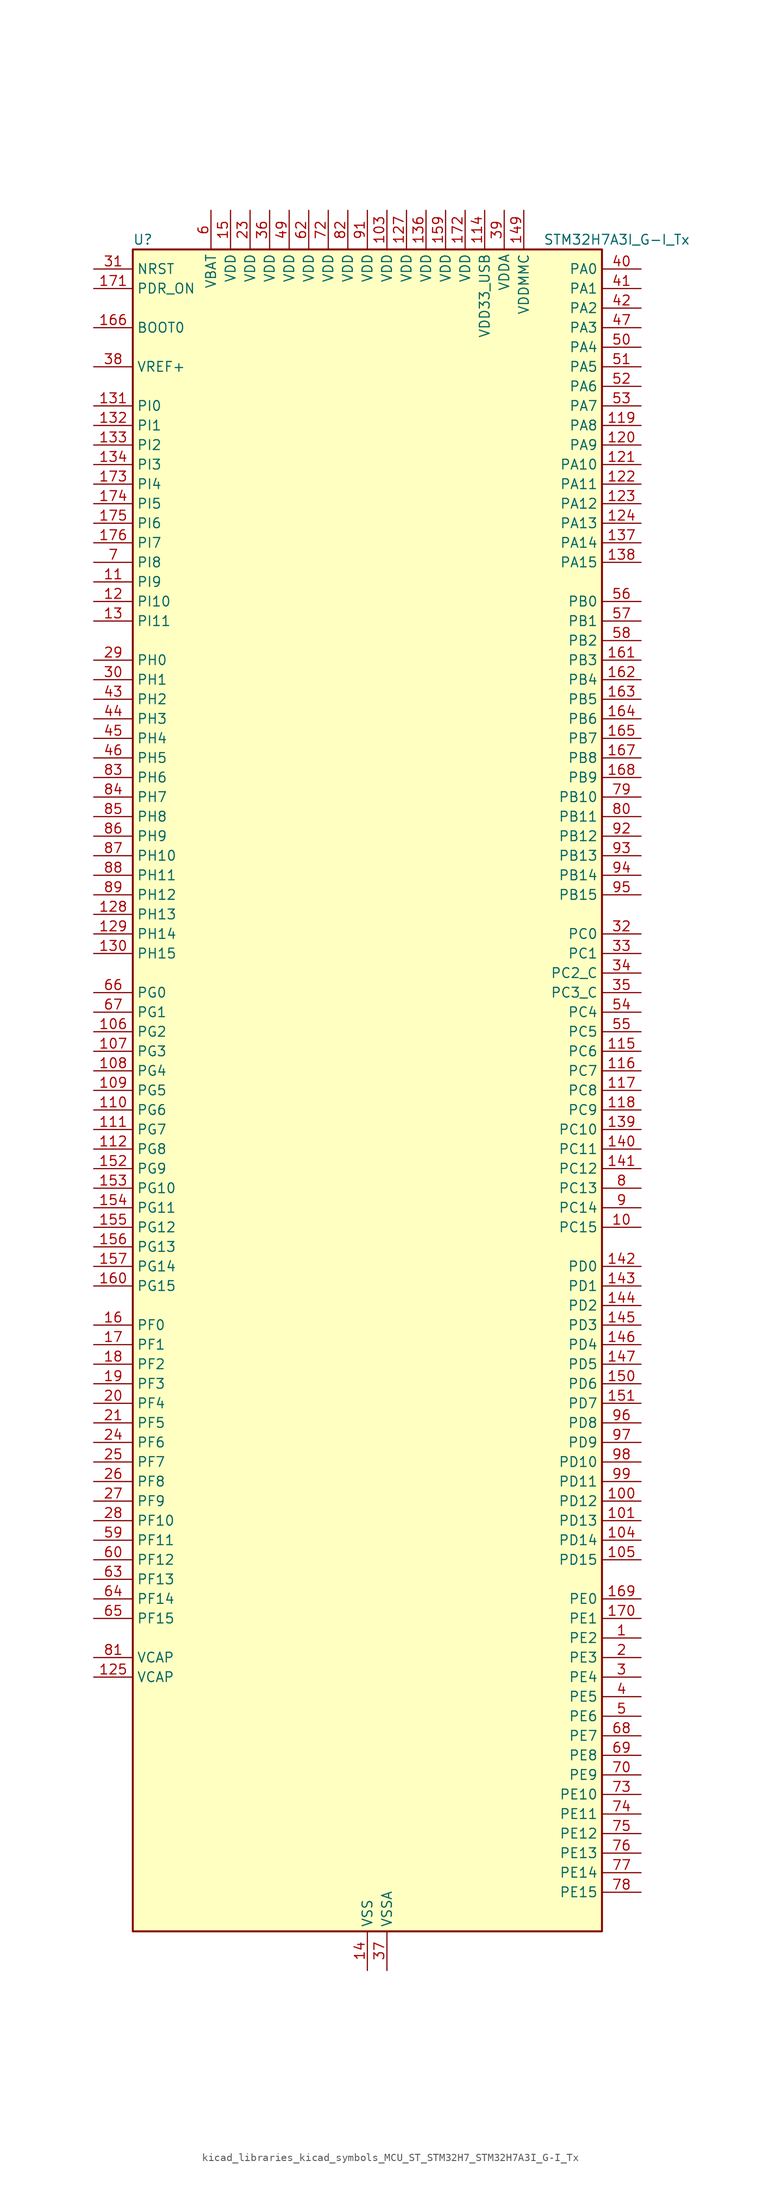
<source format=kicad_sym>
(kicad_symbol_lib
  (version 20220914)
  (generator kicad_symbol_editor)
  (symbol "kicad_libraries_kicad_symbols_MCU_ST_STM32H7_STM32H7A3I_G-I_Tx"
    (property "Reference" "U"
      (at -30.48 110.49 0)
      (effects (font (size 1.27 1.27)) (justify left)))
    (property "Value" "STM32H7A3I_G-I_Tx"
      (at 22.86 110.49 0)
      (effects (font (size 1.27 1.27)) (justify left)))
    (property "ki_locked" ""
      (at 0 0 0)
      (effects (font (size 1.27 1.27))))
    (symbol "kicad_libraries_kicad_symbols_MCU_ST_STM32H7_STM32H7A3I_G-I_Tx_0_1"
      (rectangle (start -30.48 -109.22) (end 30.48 109.22) (stroke (width 0.254) (type default)) (fill (type background))))
    (symbol "kicad_libraries_kicad_symbols_MCU_ST_STM32H7_STM32H7A3I_G-I_Tx_1_1"
      (pin bidirectional line (at 35.56 -71.12 180) (length 5.08) (name "PE2" (effects (font (size 1.27 1.27)))) (number "1" (effects (font (size 1.27 1.27)))) (alternate "DEBUG_TRACECLK" bidirectional line) (alternate "FMC_A23" bidirectional line) (alternate "OCTOSPIM_P1_IO2" bidirectional line) (alternate "SAI1_CK1" bidirectional line) (alternate "SAI1_MCLK_A" bidirectional line) (alternate "SPI4_SCK" bidirectional line) (alternate "USART10_RX" bidirectional line))
      (pin bidirectional line (at 35.56 -17.78 180) (length 5.08) (name "PC15" (effects (font (size 1.27 1.27)))) (number "10" (effects (font (size 1.27 1.27)))) (alternate "ADC1_EXTI15" bidirectional line) (alternate "ADC2_EXTI15" bidirectional line) (alternate "RCC_OSC32_OUT" bidirectional line))
      (pin bidirectional line (at 35.56 -53.34 180) (length 5.08) (name "PD12" (effects (font (size 1.27 1.27)))) (number "100" (effects (font (size 1.27 1.27)))) (alternate "DCMI_D12" bidirectional line) (alternate "FMC_A17" bidirectional line) (alternate "FMC_ALE" bidirectional line) (alternate "I2C4_SCL" bidirectional line) (alternate "LPTIM1_IN1" bidirectional line) (alternate "LPTIM2_IN1" bidirectional line) (alternate "OCTOSPIM_P1_IO1" bidirectional line) (alternate "PSSI_D12" bidirectional line) (alternate "SAI2_FS_A" bidirectional line) (alternate "TIM4_CH1" bidirectional line) (alternate "USART3_DE" bidirectional line) (alternate "USART3_RTS" bidirectional line))
      (pin bidirectional line (at 35.56 -55.88 180) (length 5.08) (name "PD13" (effects (font (size 1.27 1.27)))) (number "101" (effects (font (size 1.27 1.27)))) (alternate "DCMI_D13" bidirectional line) (alternate "FMC_A18" bidirectional line) (alternate "I2C4_SDA" bidirectional line) (alternate "LPTIM1_OUT" bidirectional line) (alternate "OCTOSPIM_P1_IO3" bidirectional line) (alternate "PSSI_D13" bidirectional line) (alternate "SAI2_SCK_A" bidirectional line) (alternate "TIM4_CH2" bidirectional line) (alternate "UART9_DE" bidirectional line) (alternate "UART9_RTS" bidirectional line))
      (pin passive line (at 0 -114.3 90) (length 5.08) hide (name "VSS" (effects (font (size 1.27 1.27)))) (number "102" (effects (font (size 1.27 1.27)))))
      (pin power_in line (at 2.54 114.3 270) (length 5.08) (name "VDD" (effects (font (size 1.27 1.27)))) (number "103" (effects (font (size 1.27 1.27)))))
      (pin bidirectional line (at 35.56 -58.42 180) (length 5.08) (name "PD14" (effects (font (size 1.27 1.27)))) (number "104" (effects (font (size 1.27 1.27)))) (alternate "FMC_D0" bidirectional line) (alternate "FMC_DA0" bidirectional line) (alternate "TIM4_CH3" bidirectional line) (alternate "UART8_CTS" bidirectional line) (alternate "UART9_RX" bidirectional line))
      (pin bidirectional line (at 35.56 -60.96 180) (length 5.08) (name "PD15" (effects (font (size 1.27 1.27)))) (number "105" (effects (font (size 1.27 1.27)))) (alternate "ADC1_EXTI15" bidirectional line) (alternate "ADC2_EXTI15" bidirectional line) (alternate "FMC_D1" bidirectional line) (alternate "FMC_DA1" bidirectional line) (alternate "TIM4_CH4" bidirectional line) (alternate "UART8_DE" bidirectional line) (alternate "UART8_RTS" bidirectional line) (alternate "UART9_TX" bidirectional line))
      (pin bidirectional line (at -35.56 7.62 0) (length 5.08) (name "PG2" (effects (font (size 1.27 1.27)))) (number "106" (effects (font (size 1.27 1.27)))) (alternate "FMC_A12" bidirectional line) (alternate "TIM8_BKIN" bidirectional line) (alternate "TIM8_BKIN_COMP1" bidirectional line) (alternate "TIM8_BKIN_COMP2" bidirectional line))
      (pin bidirectional line (at -35.56 5.08 0) (length 5.08) (name "PG3" (effects (font (size 1.27 1.27)))) (number "107" (effects (font (size 1.27 1.27)))) (alternate "FMC_A13" bidirectional line) (alternate "TIM8_BKIN2" bidirectional line) (alternate "TIM8_BKIN2_COMP1" bidirectional line) (alternate "TIM8_BKIN2_COMP2" bidirectional line))
      (pin bidirectional line (at -35.56 2.54 0) (length 5.08) (name "PG4" (effects (font (size 1.27 1.27)))) (number "108" (effects (font (size 1.27 1.27)))) (alternate "FMC_A14" bidirectional line) (alternate "FMC_BA0" bidirectional line) (alternate "TIM1_BKIN2" bidirectional line) (alternate "TIM1_BKIN2_COMP1" bidirectional line) (alternate "TIM1_BKIN2_COMP2" bidirectional line))
      (pin bidirectional line (at -35.56 0 0) (length 5.08) (name "PG5" (effects (font (size 1.27 1.27)))) (number "109" (effects (font (size 1.27 1.27)))) (alternate "FMC_A15" bidirectional line) (alternate "FMC_BA1" bidirectional line) (alternate "TIM1_ETR" bidirectional line))
      (pin bidirectional line (at -35.56 66.04 0) (length 5.08) (name "PI9" (effects (font (size 1.27 1.27)))) (number "11" (effects (font (size 1.27 1.27)))) (alternate "DAC1_EXTI9" bidirectional line) (alternate "FDCAN1_RX" bidirectional line) (alternate "FMC_D30" bidirectional line) (alternate "LTDC_VSYNC" bidirectional line) (alternate "OCTOSPIM_P2_IO0" bidirectional line) (alternate "UART4_RX" bidirectional line))
      (pin bidirectional line (at -35.56 -2.54 0) (length 5.08) (name "PG6" (effects (font (size 1.27 1.27)))) (number "110" (effects (font (size 1.27 1.27)))) (alternate "DCMI_D12" bidirectional line) (alternate "FMC_NE3" bidirectional line) (alternate "LTDC_R7" bidirectional line) (alternate "OCTOSPIM_P1_NCS" bidirectional line) (alternate "PSSI_D12" bidirectional line) (alternate "TIM17_BKIN" bidirectional line))
      (pin bidirectional line (at -35.56 -5.08 0) (length 5.08) (name "PG7" (effects (font (size 1.27 1.27)))) (number "111" (effects (font (size 1.27 1.27)))) (alternate "DCMI_D13" bidirectional line) (alternate "FMC_INT" bidirectional line) (alternate "LTDC_CLK" bidirectional line) (alternate "OCTOSPIM_P2_DQS" bidirectional line) (alternate "PSSI_D13" bidirectional line) (alternate "SAI1_MCLK_A" bidirectional line) (alternate "USART6_CK" bidirectional line))
      (pin bidirectional line (at -35.56 -7.62 0) (length 5.08) (name "PG8" (effects (font (size 1.27 1.27)))) (number "112" (effects (font (size 1.27 1.27)))) (alternate "FMC_SDCLK" bidirectional line) (alternate "I2S6_WS" bidirectional line) (alternate "LTDC_G7" bidirectional line) (alternate "SPDIFRX_IN2" bidirectional line) (alternate "SPI6_NSS" bidirectional line) (alternate "TIM8_ETR" bidirectional line) (alternate "USART6_DE" bidirectional line) (alternate "USART6_RTS" bidirectional line))
      (pin passive line (at 0 -114.3 90) (length 5.08) hide (name "VSS" (effects (font (size 1.27 1.27)))) (number "113" (effects (font (size 1.27 1.27)))))
      (pin power_in line (at 15.24 114.3 270) (length 5.08) (name "VDD33_USB" (effects (font (size 1.27 1.27)))) (number "114" (effects (font (size 1.27 1.27)))))
      (pin bidirectional line (at 35.56 5.08 180) (length 5.08) (name "PC6" (effects (font (size 1.27 1.27)))) (number "115" (effects (font (size 1.27 1.27)))) (alternate "DCMI_D0" bidirectional line) (alternate "DFSDM1_CKIN3" bidirectional line) (alternate "FMC_NWAIT" bidirectional line) (alternate "I2S2_MCK" bidirectional line) (alternate "LTDC_HSYNC" bidirectional line) (alternate "PSSI_D0" bidirectional line) (alternate "SDMMC1_D0DIR" bidirectional line) (alternate "SDMMC1_D6" bidirectional line) (alternate "SDMMC2_D6" bidirectional line) (alternate "SWPMI1_IO" bidirectional line) (alternate "TIM3_CH1" bidirectional line) (alternate "TIM8_CH1" bidirectional line) (alternate "USART6_TX" bidirectional line))
      (pin bidirectional line (at 35.56 2.54 180) (length 5.08) (name "PC7" (effects (font (size 1.27 1.27)))) (number "116" (effects (font (size 1.27 1.27)))) (alternate "DCMI_D1" bidirectional line) (alternate "DEBUG_TRGIO" bidirectional line) (alternate "DFSDM1_DATIN3" bidirectional line) (alternate "FMC_NE1" bidirectional line) (alternate "I2S3_MCK" bidirectional line) (alternate "LTDC_G6" bidirectional line) (alternate "PSSI_D1" bidirectional line) (alternate "SDMMC1_D123DIR" bidirectional line) (alternate "SDMMC1_D7" bidirectional line) (alternate "SDMMC2_D7" bidirectional line) (alternate "SWPMI1_TX" bidirectional line) (alternate "TIM3_CH2" bidirectional line) (alternate "TIM8_CH2" bidirectional line) (alternate "USART6_RX" bidirectional line))
      (pin bidirectional line (at 35.56 0 180) (length 5.08) (name "PC8" (effects (font (size 1.27 1.27)))) (number "117" (effects (font (size 1.27 1.27)))) (alternate "DCMI_D2" bidirectional line) (alternate "DEBUG_TRACED1" bidirectional line) (alternate "FMC_INT" bidirectional line) (alternate "FMC_NCE" bidirectional line) (alternate "FMC_NE2" bidirectional line) (alternate "PSSI_D2" bidirectional line) (alternate "SDMMC1_D0" bidirectional line) (alternate "SWPMI1_RX" bidirectional line) (alternate "TIM3_CH3" bidirectional line) (alternate "TIM8_CH3" bidirectional line) (alternate "UART5_DE" bidirectional line) (alternate "UART5_RTS" bidirectional line) (alternate "USART6_CK" bidirectional line))
      (pin bidirectional line (at 35.56 -2.54 180) (length 5.08) (name "PC9" (effects (font (size 1.27 1.27)))) (number "118" (effects (font (size 1.27 1.27)))) (alternate "DAC1_EXTI9" bidirectional line) (alternate "DCMI_D3" bidirectional line) (alternate "I2C3_SDA" bidirectional line) (alternate "I2S_CKIN" bidirectional line) (alternate "LTDC_B2" bidirectional line) (alternate "LTDC_G3" bidirectional line) (alternate "OCTOSPIM_P1_IO0" bidirectional line) (alternate "PSSI_D3" bidirectional line) (alternate "RCC_MCO_2" bidirectional line) (alternate "SDMMC1_D1" bidirectional line) (alternate "SWPMI1_SUSPEND" bidirectional line) (alternate "TIM3_CH4" bidirectional line) (alternate "TIM8_CH4" bidirectional line) (alternate "UART5_CTS" bidirectional line))
      (pin bidirectional line (at 35.56 86.36 180) (length 5.08) (name "PA8" (effects (font (size 1.27 1.27)))) (number "119" (effects (font (size 1.27 1.27)))) (alternate "I2C3_SCL" bidirectional line) (alternate "LTDC_B3" bidirectional line) (alternate "LTDC_R6" bidirectional line) (alternate "RCC_MCO_1" bidirectional line) (alternate "TIM1_CH1" bidirectional line) (alternate "TIM8_BKIN2" bidirectional line) (alternate "TIM8_BKIN2_COMP1" bidirectional line) (alternate "TIM8_BKIN2_COMP2" bidirectional line) (alternate "UART7_RX" bidirectional line) (alternate "USART1_CK" bidirectional line) (alternate "USB_OTG_HS_SOF" bidirectional line))
      (pin bidirectional line (at -35.56 63.5 0) (length 5.08) (name "PI10" (effects (font (size 1.27 1.27)))) (number "12" (effects (font (size 1.27 1.27)))) (alternate "FMC_D31" bidirectional line) (alternate "LTDC_HSYNC" bidirectional line) (alternate "OCTOSPIM_P2_IO1" bidirectional line) (alternate "PSSI_D14" bidirectional line))
      (pin bidirectional line (at 35.56 83.82 180) (length 5.08) (name "PA9" (effects (font (size 1.27 1.27)))) (number "120" (effects (font (size 1.27 1.27)))) (alternate "DAC1_EXTI9" bidirectional line) (alternate "DCMI_D0" bidirectional line) (alternate "I2C3_SMBA" bidirectional line) (alternate "I2S2_CK" bidirectional line) (alternate "LPUART1_TX" bidirectional line) (alternate "LTDC_R5" bidirectional line) (alternate "PSSI_D0" bidirectional line) (alternate "SPI2_SCK" bidirectional line) (alternate "TIM1_CH2" bidirectional line) (alternate "USART1_TX" bidirectional line) (alternate "USB_OTG_HS_VBUS" bidirectional line))
      (pin bidirectional line (at 35.56 81.28 180) (length 5.08) (name "PA10" (effects (font (size 1.27 1.27)))) (number "121" (effects (font (size 1.27 1.27)))) (alternate "DCMI_D1" bidirectional line) (alternate "LPUART1_RX" bidirectional line) (alternate "LTDC_B1" bidirectional line) (alternate "LTDC_B4" bidirectional line) (alternate "MDIOS_MDIO" bidirectional line) (alternate "PSSI_D1" bidirectional line) (alternate "TIM1_CH3" bidirectional line) (alternate "USART1_RX" bidirectional line) (alternate "USB_OTG_HS_ID" bidirectional line))
      (pin bidirectional line (at 35.56 78.74 180) (length 5.08) (name "PA11" (effects (font (size 1.27 1.27)))) (number "122" (effects (font (size 1.27 1.27)))) (alternate "ADC1_EXTI11" bidirectional line) (alternate "ADC2_EXTI11" bidirectional line) (alternate "FDCAN1_RX" bidirectional line) (alternate "I2S2_WS" bidirectional line) (alternate "LPUART1_CTS" bidirectional line) (alternate "LTDC_R4" bidirectional line) (alternate "SPI2_NSS" bidirectional line) (alternate "TIM1_CH4" bidirectional line) (alternate "UART4_RX" bidirectional line) (alternate "USART1_CTS" bidirectional line) (alternate "USART1_NSS" bidirectional line) (alternate "USB_OTG_HS_DM" bidirectional line))
      (pin bidirectional line (at 35.56 76.2 180) (length 5.08) (name "PA12" (effects (font (size 1.27 1.27)))) (number "123" (effects (font (size 1.27 1.27)))) (alternate "FDCAN1_TX" bidirectional line) (alternate "I2S2_CK" bidirectional line) (alternate "LPUART1_DE" bidirectional line) (alternate "LPUART1_RTS" bidirectional line) (alternate "LTDC_R5" bidirectional line) (alternate "SAI2_FS_B" bidirectional line) (alternate "SPI2_SCK" bidirectional line) (alternate "TIM1_ETR" bidirectional line) (alternate "UART4_TX" bidirectional line) (alternate "USART1_DE" bidirectional line) (alternate "USART1_RTS" bidirectional line) (alternate "USB_OTG_HS_DP" bidirectional line))
      (pin bidirectional line (at 35.56 73.66 180) (length 5.08) (name "PA13" (effects (font (size 1.27 1.27)))) (number "124" (effects (font (size 1.27 1.27)))) (alternate "DEBUG_JTMS-SWDIO" bidirectional line))
      (pin power_out line (at -35.56 -76.2 0) (length 5.08) (name "VCAP" (effects (font (size 1.27 1.27)))) (number "125" (effects (font (size 1.27 1.27)))))
      (pin passive line (at 0 -114.3 90) (length 5.08) hide (name "VSS" (effects (font (size 1.27 1.27)))) (number "126" (effects (font (size 1.27 1.27)))))
      (pin power_in line (at 5.08 114.3 270) (length 5.08) (name "VDD" (effects (font (size 1.27 1.27)))) (number "127" (effects (font (size 1.27 1.27)))))
      (pin bidirectional line (at -35.56 22.86 0) (length 5.08) (name "PH13" (effects (font (size 1.27 1.27)))) (number "128" (effects (font (size 1.27 1.27)))) (alternate "FDCAN1_TX" bidirectional line) (alternate "FMC_D21" bidirectional line) (alternate "LTDC_G2" bidirectional line) (alternate "TIM8_CH1N" bidirectional line) (alternate "UART4_TX" bidirectional line))
      (pin bidirectional line (at -35.56 20.32 0) (length 5.08) (name "PH14" (effects (font (size 1.27 1.27)))) (number "129" (effects (font (size 1.27 1.27)))) (alternate "DCMI_D4" bidirectional line) (alternate "FDCAN1_RX" bidirectional line) (alternate "FMC_D22" bidirectional line) (alternate "LTDC_G3" bidirectional line) (alternate "PSSI_D4" bidirectional line) (alternate "TIM8_CH2N" bidirectional line) (alternate "UART4_RX" bidirectional line))
      (pin bidirectional line (at -35.56 60.96 0) (length 5.08) (name "PI11" (effects (font (size 1.27 1.27)))) (number "13" (effects (font (size 1.27 1.27)))) (alternate "ADC1_EXTI11" bidirectional line) (alternate "ADC2_EXTI11" bidirectional line) (alternate "LTDC_G6" bidirectional line) (alternate "OCTOSPIM_P2_IO2" bidirectional line) (alternate "PSSI_D15" bidirectional line) (alternate "PWR_WKUP5" bidirectional line) (alternate "USB_OTG_HS_ULPI_DIR" bidirectional line))
      (pin bidirectional line (at -35.56 17.78 0) (length 5.08) (name "PH15" (effects (font (size 1.27 1.27)))) (number "130" (effects (font (size 1.27 1.27)))) (alternate "ADC1_EXTI15" bidirectional line) (alternate "ADC2_EXTI15" bidirectional line) (alternate "DCMI_D11" bidirectional line) (alternate "FMC_D23" bidirectional line) (alternate "LTDC_G4" bidirectional line) (alternate "PSSI_D11" bidirectional line) (alternate "TIM8_CH3N" bidirectional line))
      (pin bidirectional line (at -35.56 88.9 0) (length 5.08) (name "PI0" (effects (font (size 1.27 1.27)))) (number "131" (effects (font (size 1.27 1.27)))) (alternate "DCMI_D13" bidirectional line) (alternate "FMC_D24" bidirectional line) (alternate "I2S2_WS" bidirectional line) (alternate "LTDC_G5" bidirectional line) (alternate "PSSI_D13" bidirectional line) (alternate "SPI2_NSS" bidirectional line) (alternate "TIM5_CH4" bidirectional line))
      (pin bidirectional line (at -35.56 86.36 0) (length 5.08) (name "PI1" (effects (font (size 1.27 1.27)))) (number "132" (effects (font (size 1.27 1.27)))) (alternate "DCMI_D8" bidirectional line) (alternate "FMC_D25" bidirectional line) (alternate "I2S2_CK" bidirectional line) (alternate "LTDC_G6" bidirectional line) (alternate "PSSI_D8" bidirectional line) (alternate "SPI2_SCK" bidirectional line) (alternate "TIM8_BKIN2" bidirectional line) (alternate "TIM8_BKIN2_COMP1" bidirectional line) (alternate "TIM8_BKIN2_COMP2" bidirectional line))
      (pin bidirectional line (at -35.56 83.82 0) (length 5.08) (name "PI2" (effects (font (size 1.27 1.27)))) (number "133" (effects (font (size 1.27 1.27)))) (alternate "DCMI_D9" bidirectional line) (alternate "FMC_D26" bidirectional line) (alternate "I2S2_SDI" bidirectional line) (alternate "LTDC_G7" bidirectional line) (alternate "PSSI_D9" bidirectional line) (alternate "SPI2_MISO" bidirectional line) (alternate "TIM8_CH4" bidirectional line))
      (pin bidirectional line (at -35.56 81.28 0) (length 5.08) (name "PI3" (effects (font (size 1.27 1.27)))) (number "134" (effects (font (size 1.27 1.27)))) (alternate "DCMI_D10" bidirectional line) (alternate "FMC_D27" bidirectional line) (alternate "I2S2_SDO" bidirectional line) (alternate "PSSI_D10" bidirectional line) (alternate "SPI2_MOSI" bidirectional line) (alternate "TIM8_ETR" bidirectional line))
      (pin passive line (at 0 -114.3 90) (length 5.08) hide (name "VSS" (effects (font (size 1.27 1.27)))) (number "135" (effects (font (size 1.27 1.27)))))
      (pin power_in line (at 7.62 114.3 270) (length 5.08) (name "VDD" (effects (font (size 1.27 1.27)))) (number "136" (effects (font (size 1.27 1.27)))))
      (pin bidirectional line (at 35.56 71.12 180) (length 5.08) (name "PA14" (effects (font (size 1.27 1.27)))) (number "137" (effects (font (size 1.27 1.27)))) (alternate "DEBUG_JTCK-SWCLK" bidirectional line))
      (pin bidirectional line (at 35.56 68.58 180) (length 5.08) (name "PA15" (effects (font (size 1.27 1.27)))) (number "138" (effects (font (size 1.27 1.27)))) (alternate "ADC1_EXTI15" bidirectional line) (alternate "ADC2_EXTI15" bidirectional line) (alternate "CEC" bidirectional line) (alternate "DEBUG_JTDI" bidirectional line) (alternate "I2S1_WS" bidirectional line) (alternate "I2S3_WS" bidirectional line) (alternate "I2S6_WS" bidirectional line) (alternate "LTDC_B6" bidirectional line) (alternate "LTDC_R3" bidirectional line) (alternate "SPI1_NSS" bidirectional line) (alternate "SPI3_NSS" bidirectional line) (alternate "SPI6_NSS" bidirectional line) (alternate "TIM2_CH1" bidirectional line) (alternate "TIM2_ETR" bidirectional line) (alternate "UART4_DE" bidirectional line) (alternate "UART4_RTS" bidirectional line) (alternate "UART7_TX" bidirectional line))
      (pin bidirectional line (at 35.56 -5.08 180) (length 5.08) (name "PC10" (effects (font (size 1.27 1.27)))) (number "139" (effects (font (size 1.27 1.27)))) (alternate "DCMI_D8" bidirectional line) (alternate "DFSDM1_CKIN5" bidirectional line) (alternate "DFSDM2_CKIN0" bidirectional line) (alternate "I2S3_CK" bidirectional line) (alternate "LTDC_B1" bidirectional line) (alternate "LTDC_R2" bidirectional line) (alternate "OCTOSPIM_P1_IO1" bidirectional line) (alternate "PSSI_D8" bidirectional line) (alternate "SDMMC1_D2" bidirectional line) (alternate "SPI3_SCK" bidirectional line) (alternate "SWPMI1_RX" bidirectional line) (alternate "UART4_TX" bidirectional line) (alternate "USART3_TX" bidirectional line))
      (pin power_in line (at 0 -114.3 90) (length 5.08) (name "VSS" (effects (font (size 1.27 1.27)))) (number "14" (effects (font (size 1.27 1.27)))))
      (pin bidirectional line (at 35.56 -7.62 180) (length 5.08) (name "PC11" (effects (font (size 1.27 1.27)))) (number "140" (effects (font (size 1.27 1.27)))) (alternate "ADC1_EXTI11" bidirectional line) (alternate "ADC2_EXTI11" bidirectional line) (alternate "DCMI_D4" bidirectional line) (alternate "DFSDM1_DATIN5" bidirectional line) (alternate "DFSDM2_DATIN0" bidirectional line) (alternate "I2S3_SDI" bidirectional line) (alternate "LTDC_B4" bidirectional line) (alternate "OCTOSPIM_P1_NCS" bidirectional line) (alternate "PSSI_D4" bidirectional line) (alternate "SDMMC1_D3" bidirectional line) (alternate "SPI3_MISO" bidirectional line) (alternate "UART4_RX" bidirectional line) (alternate "USART3_RX" bidirectional line))
      (pin bidirectional line (at 35.56 -10.16 180) (length 5.08) (name "PC12" (effects (font (size 1.27 1.27)))) (number "141" (effects (font (size 1.27 1.27)))) (alternate "DCMI_D9" bidirectional line) (alternate "DEBUG_TRACED3" bidirectional line) (alternate "DFSDM2_CKOUT" bidirectional line) (alternate "I2S3_SDO" bidirectional line) (alternate "I2S6_CK" bidirectional line) (alternate "LTDC_R6" bidirectional line) (alternate "PSSI_D9" bidirectional line) (alternate "SDMMC1_CK" bidirectional line) (alternate "SPI3_MOSI" bidirectional line) (alternate "SPI6_SCK" bidirectional line) (alternate "TIM15_CH1" bidirectional line) (alternate "UART5_TX" bidirectional line) (alternate "USART3_CK" bidirectional line))
      (pin bidirectional line (at 35.56 -22.86 180) (length 5.08) (name "PD0" (effects (font (size 1.27 1.27)))) (number "142" (effects (font (size 1.27 1.27)))) (alternate "DFSDM1_CKIN6" bidirectional line) (alternate "FDCAN1_RX" bidirectional line) (alternate "FMC_D2" bidirectional line) (alternate "FMC_DA2" bidirectional line) (alternate "LTDC_B1" bidirectional line) (alternate "UART4_RX" bidirectional line) (alternate "UART9_CTS" bidirectional line))
      (pin bidirectional line (at 35.56 -25.4 180) (length 5.08) (name "PD1" (effects (font (size 1.27 1.27)))) (number "143" (effects (font (size 1.27 1.27)))) (alternate "DFSDM1_DATIN6" bidirectional line) (alternate "FDCAN1_TX" bidirectional line) (alternate "FMC_D3" bidirectional line) (alternate "FMC_DA3" bidirectional line) (alternate "UART4_TX" bidirectional line))
      (pin bidirectional line (at 35.56 -27.94 180) (length 5.08) (name "PD2" (effects (font (size 1.27 1.27)))) (number "144" (effects (font (size 1.27 1.27)))) (alternate "DCMI_D11" bidirectional line) (alternate "DEBUG_TRACED2" bidirectional line) (alternate "LTDC_B2" bidirectional line) (alternate "LTDC_B7" bidirectional line) (alternate "PSSI_D11" bidirectional line) (alternate "SDMMC1_CMD" bidirectional line) (alternate "TIM15_BKIN" bidirectional line) (alternate "TIM3_ETR" bidirectional line) (alternate "UART5_RX" bidirectional line))
      (pin bidirectional line (at 35.56 -30.48 180) (length 5.08) (name "PD3" (effects (font (size 1.27 1.27)))) (number "145" (effects (font (size 1.27 1.27)))) (alternate "DCMI_D5" bidirectional line) (alternate "DFSDM1_CKOUT" bidirectional line) (alternate "FMC_CLK" bidirectional line) (alternate "I2S2_CK" bidirectional line) (alternate "LTDC_G7" bidirectional line) (alternate "PSSI_D5" bidirectional line) (alternate "SPI2_SCK" bidirectional line) (alternate "USART2_CTS" bidirectional line) (alternate "USART2_NSS" bidirectional line))
      (pin bidirectional line (at 35.56 -33.02 180) (length 5.08) (name "PD4" (effects (font (size 1.27 1.27)))) (number "146" (effects (font (size 1.27 1.27)))) (alternate "FMC_NOE" bidirectional line) (alternate "OCTOSPIM_P1_IO4" bidirectional line) (alternate "USART2_DE" bidirectional line) (alternate "USART2_RTS" bidirectional line))
      (pin bidirectional line (at 35.56 -35.56 180) (length 5.08) (name "PD5" (effects (font (size 1.27 1.27)))) (number "147" (effects (font (size 1.27 1.27)))) (alternate "FMC_NWE" bidirectional line) (alternate "OCTOSPIM_P1_IO5" bidirectional line) (alternate "USART2_TX" bidirectional line))
      (pin passive line (at 0 -114.3 90) (length 5.08) hide (name "VSS" (effects (font (size 1.27 1.27)))) (number "148" (effects (font (size 1.27 1.27)))))
      (pin power_in line (at 20.32 114.3 270) (length 5.08) (name "VDDMMC" (effects (font (size 1.27 1.27)))) (number "149" (effects (font (size 1.27 1.27)))))
      (pin power_in line (at -17.78 114.3 270) (length 5.08) (name "VDD" (effects (font (size 1.27 1.27)))) (number "15" (effects (font (size 1.27 1.27)))))
      (pin bidirectional line (at 35.56 -38.1 180) (length 5.08) (name "PD6" (effects (font (size 1.27 1.27)))) (number "150" (effects (font (size 1.27 1.27)))) (alternate "DCMI_D10" bidirectional line) (alternate "DFSDM1_CKIN4" bidirectional line) (alternate "DFSDM1_DATIN1" bidirectional line) (alternate "FMC_NWAIT" bidirectional line) (alternate "I2S3_SDO" bidirectional line) (alternate "LTDC_B2" bidirectional line) (alternate "OCTOSPIM_P1_IO6" bidirectional line) (alternate "PSSI_D10" bidirectional line) (alternate "SAI1_D1" bidirectional line) (alternate "SAI1_SD_A" bidirectional line) (alternate "SDMMC2_CK" bidirectional line) (alternate "SPI3_MOSI" bidirectional line) (alternate "USART2_RX" bidirectional line))
      (pin bidirectional line (at 35.56 -40.64 180) (length 5.08) (name "PD7" (effects (font (size 1.27 1.27)))) (number "151" (effects (font (size 1.27 1.27)))) (alternate "DFSDM1_CKIN1" bidirectional line) (alternate "DFSDM1_DATIN4" bidirectional line) (alternate "FMC_NE1" bidirectional line) (alternate "I2S1_SDO" bidirectional line) (alternate "OCTOSPIM_P1_IO7" bidirectional line) (alternate "SDMMC2_CMD" bidirectional line) (alternate "SPDIFRX_IN0" bidirectional line) (alternate "SPI1_MOSI" bidirectional line) (alternate "USART2_CK" bidirectional line))
      (pin bidirectional line (at -35.56 -10.16 0) (length 5.08) (name "PG9" (effects (font (size 1.27 1.27)))) (number "152" (effects (font (size 1.27 1.27)))) (alternate "DAC1_EXTI9" bidirectional line) (alternate "DCMI_VSYNC" bidirectional line) (alternate "FMC_NCE" bidirectional line) (alternate "FMC_NE2" bidirectional line) (alternate "I2S1_SDI" bidirectional line) (alternate "OCTOSPIM_P1_IO6" bidirectional line) (alternate "PSSI_RDY" bidirectional line) (alternate "SAI2_FS_B" bidirectional line) (alternate "SDMMC2_D0" bidirectional line) (alternate "SPDIFRX_IN3" bidirectional line) (alternate "SPI1_MISO" bidirectional line) (alternate "USART6_RX" bidirectional line))
      (pin bidirectional line (at -35.56 -12.7 0) (length 5.08) (name "PG10" (effects (font (size 1.27 1.27)))) (number "153" (effects (font (size 1.27 1.27)))) (alternate "DCMI_D2" bidirectional line) (alternate "FMC_NE3" bidirectional line) (alternate "I2S1_WS" bidirectional line) (alternate "LTDC_B2" bidirectional line) (alternate "LTDC_G3" bidirectional line) (alternate "OCTOSPIM_P2_IO6" bidirectional line) (alternate "PSSI_D2" bidirectional line) (alternate "SAI2_SD_B" bidirectional line) (alternate "SDMMC2_D1" bidirectional line) (alternate "SPI1_NSS" bidirectional line))
      (pin bidirectional line (at -35.56 -15.24 0) (length 5.08) (name "PG11" (effects (font (size 1.27 1.27)))) (number "154" (effects (font (size 1.27 1.27)))) (alternate "ADC1_EXTI11" bidirectional line) (alternate "ADC2_EXTI11" bidirectional line) (alternate "DCMI_D3" bidirectional line) (alternate "I2S1_CK" bidirectional line) (alternate "LPTIM1_IN2" bidirectional line) (alternate "LTDC_B3" bidirectional line) (alternate "OCTOSPIM_P2_IO7" bidirectional line) (alternate "PSSI_D3" bidirectional line) (alternate "SDMMC2_D2" bidirectional line) (alternate "SPDIFRX_IN0" bidirectional line) (alternate "SPI1_SCK" bidirectional line) (alternate "USART10_RX" bidirectional line))
      (pin bidirectional line (at -35.56 -17.78 0) (length 5.08) (name "PG12" (effects (font (size 1.27 1.27)))) (number "155" (effects (font (size 1.27 1.27)))) (alternate "FMC_NE4" bidirectional line) (alternate "I2S6_SDI" bidirectional line) (alternate "LPTIM1_IN1" bidirectional line) (alternate "LTDC_B1" bidirectional line) (alternate "LTDC_B4" bidirectional line) (alternate "OCTOSPIM_P2_NCS" bidirectional line) (alternate "SDMMC2_D3" bidirectional line) (alternate "SPDIFRX_IN1" bidirectional line) (alternate "SPI6_MISO" bidirectional line) (alternate "USART10_TX" bidirectional line) (alternate "USART6_DE" bidirectional line) (alternate "USART6_RTS" bidirectional line))
      (pin bidirectional line (at -35.56 -20.32 0) (length 5.08) (name "PG13" (effects (font (size 1.27 1.27)))) (number "156" (effects (font (size 1.27 1.27)))) (alternate "DEBUG_TRACED0" bidirectional line) (alternate "FMC_A24" bidirectional line) (alternate "I2S6_CK" bidirectional line) (alternate "LPTIM1_OUT" bidirectional line) (alternate "LTDC_R0" bidirectional line) (alternate "SDMMC2_D6" bidirectional line) (alternate "SPI6_SCK" bidirectional line) (alternate "USART10_CTS" bidirectional line) (alternate "USART10_NSS" bidirectional line) (alternate "USART6_CTS" bidirectional line) (alternate "USART6_NSS" bidirectional line))
      (pin bidirectional line (at -35.56 -22.86 0) (length 5.08) (name "PG14" (effects (font (size 1.27 1.27)))) (number "157" (effects (font (size 1.27 1.27)))) (alternate "DEBUG_TRACED1" bidirectional line) (alternate "FMC_A25" bidirectional line) (alternate "I2S6_SDO" bidirectional line) (alternate "LPTIM1_ETR" bidirectional line) (alternate "LTDC_B0" bidirectional line) (alternate "OCTOSPIM_P1_IO7" bidirectional line) (alternate "SDMMC2_D7" bidirectional line) (alternate "SPI6_MOSI" bidirectional line) (alternate "USART10_DE" bidirectional line) (alternate "USART10_RTS" bidirectional line) (alternate "USART6_TX" bidirectional line))
      (pin passive line (at 0 -114.3 90) (length 5.08) hide (name "VSS" (effects (font (size 1.27 1.27)))) (number "158" (effects (font (size 1.27 1.27)))))
      (pin power_in line (at 10.16 114.3 270) (length 5.08) (name "VDD" (effects (font (size 1.27 1.27)))) (number "159" (effects (font (size 1.27 1.27)))))
      (pin bidirectional line (at -35.56 -30.48 0) (length 5.08) (name "PF0" (effects (font (size 1.27 1.27)))) (number "16" (effects (font (size 1.27 1.27)))) (alternate "FMC_A0" bidirectional line) (alternate "I2C2_SDA" bidirectional line) (alternate "OCTOSPIM_P2_IO0" bidirectional line))
      (pin bidirectional line (at -35.56 -25.4 0) (length 5.08) (name "PG15" (effects (font (size 1.27 1.27)))) (number "160" (effects (font (size 1.27 1.27)))) (alternate "ADC1_EXTI15" bidirectional line) (alternate "ADC2_EXTI15" bidirectional line) (alternate "DCMI_D13" bidirectional line) (alternate "FMC_SDNCAS" bidirectional line) (alternate "OCTOSPIM_P2_DQS" bidirectional line) (alternate "PSSI_D13" bidirectional line) (alternate "USART10_CK" bidirectional line) (alternate "USART6_CTS" bidirectional line) (alternate "USART6_NSS" bidirectional line))
      (pin bidirectional line (at 35.56 55.88 180) (length 5.08) (name "PB3" (effects (font (size 1.27 1.27)))) (number "161" (effects (font (size 1.27 1.27)))) (alternate "CRS_SYNC" bidirectional line) (alternate "DEBUG_JTDO-SWO" bidirectional line) (alternate "I2S1_CK" bidirectional line) (alternate "I2S3_CK" bidirectional line) (alternate "I2S6_CK" bidirectional line) (alternate "SDMMC2_D2" bidirectional line) (alternate "SPI1_SCK" bidirectional line) (alternate "SPI3_SCK" bidirectional line) (alternate "SPI6_SCK" bidirectional line) (alternate "TIM2_CH2" bidirectional line) (alternate "UART7_RX" bidirectional line))
      (pin bidirectional line (at 35.56 53.34 180) (length 5.08) (name "PB4" (effects (font (size 1.27 1.27)))) (number "162" (effects (font (size 1.27 1.27)))) (alternate "DEBUG_JTRST" bidirectional line) (alternate "I2S1_SDI" bidirectional line) (alternate "I2S2_WS" bidirectional line) (alternate "I2S3_SDI" bidirectional line) (alternate "I2S6_SDI" bidirectional line) (alternate "SDMMC2_D3" bidirectional line) (alternate "SPI1_MISO" bidirectional line) (alternate "SPI2_NSS" bidirectional line) (alternate "SPI3_MISO" bidirectional line) (alternate "SPI6_MISO" bidirectional line) (alternate "TIM16_BKIN" bidirectional line) (alternate "TIM3_CH1" bidirectional line) (alternate "UART7_TX" bidirectional line))
      (pin bidirectional line (at 35.56 50.8 180) (length 5.08) (name "PB5" (effects (font (size 1.27 1.27)))) (number "163" (effects (font (size 1.27 1.27)))) (alternate "DCMI_D10" bidirectional line) (alternate "FDCAN2_RX" bidirectional line) (alternate "FMC_SDCKE1" bidirectional line) (alternate "I2C1_SMBA" bidirectional line) (alternate "I2C4_SMBA" bidirectional line) (alternate "I2S1_SDO" bidirectional line) (alternate "I2S3_SDO" bidirectional line) (alternate "I2S6_SDO" bidirectional line) (alternate "LTDC_B5" bidirectional line) (alternate "PSSI_D10" bidirectional line) (alternate "SPI1_MOSI" bidirectional line) (alternate "SPI3_MOSI" bidirectional line) (alternate "SPI6_MOSI" bidirectional line) (alternate "TIM17_BKIN" bidirectional line) (alternate "TIM3_CH2" bidirectional line) (alternate "UART5_RX" bidirectional line) (alternate "USB_OTG_HS_ULPI_D7" bidirectional line))
      (pin bidirectional line (at 35.56 48.26 180) (length 5.08) (name "PB6" (effects (font (size 1.27 1.27)))) (number "164" (effects (font (size 1.27 1.27)))) (alternate "CEC" bidirectional line) (alternate "DCMI_D5" bidirectional line) (alternate "DFSDM1_DATIN5" bidirectional line) (alternate "FDCAN2_TX" bidirectional line) (alternate "FMC_SDNE1" bidirectional line) (alternate "I2C1_SCL" bidirectional line) (alternate "I2C4_SCL" bidirectional line) (alternate "LPUART1_TX" bidirectional line) (alternate "OCTOSPIM_P1_NCS" bidirectional line) (alternate "PSSI_D5" bidirectional line) (alternate "TIM16_CH1N" bidirectional line) (alternate "TIM4_CH1" bidirectional line) (alternate "UART5_TX" bidirectional line) (alternate "USART1_TX" bidirectional line))
      (pin bidirectional line (at 35.56 45.72 180) (length 5.08) (name "PB7" (effects (font (size 1.27 1.27)))) (number "165" (effects (font (size 1.27 1.27)))) (alternate "DCMI_VSYNC" bidirectional line) (alternate "DFSDM1_CKIN5" bidirectional line) (alternate "FMC_NL" bidirectional line) (alternate "I2C1_SDA" bidirectional line) (alternate "I2C4_SDA" bidirectional line) (alternate "LPUART1_RX" bidirectional line) (alternate "PSSI_RDY" bidirectional line) (alternate "PWR_PVD_IN" bidirectional line) (alternate "TIM17_CH1N" bidirectional line) (alternate "TIM4_CH2" bidirectional line) (alternate "USART1_RX" bidirectional line))
      (pin input line (at -35.56 99.06 0) (length 5.08) (name "BOOT0" (effects (font (size 1.27 1.27)))) (number "166" (effects (font (size 1.27 1.27)))))
      (pin bidirectional line (at 35.56 43.18 180) (length 5.08) (name "PB8" (effects (font (size 1.27 1.27)))) (number "167" (effects (font (size 1.27 1.27)))) (alternate "DCMI_D6" bidirectional line) (alternate "DFSDM1_CKIN7" bidirectional line) (alternate "FDCAN1_RX" bidirectional line) (alternate "I2C1_SCL" bidirectional line) (alternate "I2C4_SCL" bidirectional line) (alternate "LTDC_B6" bidirectional line) (alternate "PSSI_D6" bidirectional line) (alternate "SDMMC1_CKIN" bidirectional line) (alternate "SDMMC1_D4" bidirectional line) (alternate "SDMMC2_D4" bidirectional line) (alternate "TIM16_CH1" bidirectional line) (alternate "TIM4_CH3" bidirectional line) (alternate "UART4_RX" bidirectional line))
      (pin bidirectional line (at 35.56 40.64 180) (length 5.08) (name "PB9" (effects (font (size 1.27 1.27)))) (number "168" (effects (font (size 1.27 1.27)))) (alternate "DAC1_EXTI9" bidirectional line) (alternate "DCMI_D7" bidirectional line) (alternate "DFSDM1_DATIN7" bidirectional line) (alternate "FDCAN1_TX" bidirectional line) (alternate "I2C1_SDA" bidirectional line) (alternate "I2C4_SDA" bidirectional line) (alternate "I2C4_SMBA" bidirectional line) (alternate "I2S2_WS" bidirectional line) (alternate "LTDC_B7" bidirectional line) (alternate "PSSI_D7" bidirectional line) (alternate "SDMMC1_CDIR" bidirectional line) (alternate "SDMMC1_D5" bidirectional line) (alternate "SDMMC2_D5" bidirectional line) (alternate "SPI2_NSS" bidirectional line) (alternate "TIM17_CH1" bidirectional line) (alternate "TIM4_CH4" bidirectional line) (alternate "UART4_TX" bidirectional line))
      (pin bidirectional line (at 35.56 -66.04 180) (length 5.08) (name "PE0" (effects (font (size 1.27 1.27)))) (number "169" (effects (font (size 1.27 1.27)))) (alternate "DCMI_D2" bidirectional line) (alternate "FMC_NBL0" bidirectional line) (alternate "LPTIM1_ETR" bidirectional line) (alternate "LPTIM2_ETR" bidirectional line) (alternate "LTDC_R0" bidirectional line) (alternate "PSSI_D2" bidirectional line) (alternate "SAI2_MCLK_A" bidirectional line) (alternate "TIM4_ETR" bidirectional line) (alternate "UART8_RX" bidirectional line))
      (pin bidirectional line (at -35.56 -33.02 0) (length 5.08) (name "PF1" (effects (font (size 1.27 1.27)))) (number "17" (effects (font (size 1.27 1.27)))) (alternate "FMC_A1" bidirectional line) (alternate "I2C2_SCL" bidirectional line) (alternate "OCTOSPIM_P2_IO1" bidirectional line))
      (pin bidirectional line (at 35.56 -68.58 180) (length 5.08) (name "PE1" (effects (font (size 1.27 1.27)))) (number "170" (effects (font (size 1.27 1.27)))) (alternate "DCMI_D3" bidirectional line) (alternate "FMC_NBL1" bidirectional line) (alternate "LPTIM1_IN2" bidirectional line) (alternate "LTDC_R6" bidirectional line) (alternate "PSSI_D3" bidirectional line) (alternate "UART8_TX" bidirectional line))
      (pin input line (at -35.56 104.14 0) (length 5.08) (name "PDR_ON" (effects (font (size 1.27 1.27)))) (number "171" (effects (font (size 1.27 1.27)))))
      (pin power_in line (at 12.7 114.3 270) (length 5.08) (name "VDD" (effects (font (size 1.27 1.27)))) (number "172" (effects (font (size 1.27 1.27)))))
      (pin bidirectional line (at -35.56 78.74 0) (length 5.08) (name "PI4" (effects (font (size 1.27 1.27)))) (number "173" (effects (font (size 1.27 1.27)))) (alternate "DCMI_D5" bidirectional line) (alternate "FMC_NBL2" bidirectional line) (alternate "LTDC_B4" bidirectional line) (alternate "PSSI_D5" bidirectional line) (alternate "SAI2_MCLK_A" bidirectional line) (alternate "TIM8_BKIN" bidirectional line) (alternate "TIM8_BKIN_COMP1" bidirectional line) (alternate "TIM8_BKIN_COMP2" bidirectional line))
      (pin bidirectional line (at -35.56 76.2 0) (length 5.08) (name "PI5" (effects (font (size 1.27 1.27)))) (number "174" (effects (font (size 1.27 1.27)))) (alternate "DCMI_VSYNC" bidirectional line) (alternate "FMC_NBL3" bidirectional line) (alternate "LTDC_B5" bidirectional line) (alternate "PSSI_RDY" bidirectional line) (alternate "SAI2_SCK_A" bidirectional line) (alternate "TIM8_CH1" bidirectional line))
      (pin bidirectional line (at -35.56 73.66 0) (length 5.08) (name "PI6" (effects (font (size 1.27 1.27)))) (number "175" (effects (font (size 1.27 1.27)))) (alternate "DCMI_D6" bidirectional line) (alternate "FMC_D28" bidirectional line) (alternate "LTDC_B6" bidirectional line) (alternate "PSSI_D6" bidirectional line) (alternate "SAI2_SD_A" bidirectional line) (alternate "TIM8_CH2" bidirectional line))
      (pin bidirectional line (at -35.56 71.12 0) (length 5.08) (name "PI7" (effects (font (size 1.27 1.27)))) (number "176" (effects (font (size 1.27 1.27)))) (alternate "DCMI_D7" bidirectional line) (alternate "FMC_D29" bidirectional line) (alternate "LTDC_B7" bidirectional line) (alternate "PSSI_D7" bidirectional line) (alternate "SAI2_FS_A" bidirectional line) (alternate "TIM8_CH3" bidirectional line))
      (pin bidirectional line (at -35.56 -35.56 0) (length 5.08) (name "PF2" (effects (font (size 1.27 1.27)))) (number "18" (effects (font (size 1.27 1.27)))) (alternate "FMC_A2" bidirectional line) (alternate "I2C2_SMBA" bidirectional line) (alternate "OCTOSPIM_P2_IO2" bidirectional line))
      (pin bidirectional line (at -35.56 -38.1 0) (length 5.08) (name "PF3" (effects (font (size 1.27 1.27)))) (number "19" (effects (font (size 1.27 1.27)))) (alternate "FMC_A3" bidirectional line) (alternate "OCTOSPIM_P2_IO3" bidirectional line))
      (pin bidirectional line (at 35.56 -73.66 180) (length 5.08) (name "PE3" (effects (font (size 1.27 1.27)))) (number "2" (effects (font (size 1.27 1.27)))) (alternate "DEBUG_TRACED0" bidirectional line) (alternate "FMC_A19" bidirectional line) (alternate "SAI1_SD_B" bidirectional line) (alternate "TIM15_BKIN" bidirectional line) (alternate "USART10_TX" bidirectional line))
      (pin bidirectional line (at -35.56 -40.64 0) (length 5.08) (name "PF4" (effects (font (size 1.27 1.27)))) (number "20" (effects (font (size 1.27 1.27)))) (alternate "FMC_A4" bidirectional line) (alternate "OCTOSPIM_P2_CLK" bidirectional line))
      (pin bidirectional line (at -35.56 -43.18 0) (length 5.08) (name "PF5" (effects (font (size 1.27 1.27)))) (number "21" (effects (font (size 1.27 1.27)))) (alternate "FMC_A5" bidirectional line) (alternate "OCTOSPIM_P2_NCLK" bidirectional line))
      (pin passive line (at 0 -114.3 90) (length 5.08) hide (name "VSS" (effects (font (size 1.27 1.27)))) (number "22" (effects (font (size 1.27 1.27)))))
      (pin power_in line (at -15.24 114.3 270) (length 5.08) (name "VDD" (effects (font (size 1.27 1.27)))) (number "23" (effects (font (size 1.27 1.27)))))
      (pin bidirectional line (at -35.56 -45.72 0) (length 5.08) (name "PF6" (effects (font (size 1.27 1.27)))) (number "24" (effects (font (size 1.27 1.27)))) (alternate "OCTOSPIM_P1_IO3" bidirectional line) (alternate "SAI1_SD_B" bidirectional line) (alternate "SPI5_NSS" bidirectional line) (alternate "TIM16_CH1" bidirectional line) (alternate "UART7_RX" bidirectional line))
      (pin bidirectional line (at -35.56 -48.26 0) (length 5.08) (name "PF7" (effects (font (size 1.27 1.27)))) (number "25" (effects (font (size 1.27 1.27)))) (alternate "OCTOSPIM_P1_IO2" bidirectional line) (alternate "SAI1_MCLK_B" bidirectional line) (alternate "SPI5_SCK" bidirectional line) (alternate "TIM17_CH1" bidirectional line) (alternate "UART7_TX" bidirectional line))
      (pin bidirectional line (at -35.56 -50.8 0) (length 5.08) (name "PF8" (effects (font (size 1.27 1.27)))) (number "26" (effects (font (size 1.27 1.27)))) (alternate "OCTOSPIM_P1_IO0" bidirectional line) (alternate "SAI1_SCK_B" bidirectional line) (alternate "SPI5_MISO" bidirectional line) (alternate "TIM13_CH1" bidirectional line) (alternate "TIM16_CH1N" bidirectional line) (alternate "UART7_DE" bidirectional line) (alternate "UART7_RTS" bidirectional line))
      (pin bidirectional line (at -35.56 -53.34 0) (length 5.08) (name "PF9" (effects (font (size 1.27 1.27)))) (number "27" (effects (font (size 1.27 1.27)))) (alternate "DAC1_EXTI9" bidirectional line) (alternate "OCTOSPIM_P1_IO1" bidirectional line) (alternate "SAI1_FS_B" bidirectional line) (alternate "SPI5_MOSI" bidirectional line) (alternate "TIM14_CH1" bidirectional line) (alternate "TIM17_CH1N" bidirectional line) (alternate "UART7_CTS" bidirectional line))
      (pin bidirectional line (at -35.56 -55.88 0) (length 5.08) (name "PF10" (effects (font (size 1.27 1.27)))) (number "28" (effects (font (size 1.27 1.27)))) (alternate "DCMI_D11" bidirectional line) (alternate "LTDC_DE" bidirectional line) (alternate "OCTOSPIM_P1_CLK" bidirectional line) (alternate "PSSI_D11" bidirectional line) (alternate "PSSI_D15" bidirectional line) (alternate "SAI1_D3" bidirectional line) (alternate "TIM16_BKIN" bidirectional line))
      (pin bidirectional line (at -35.56 55.88 0) (length 5.08) (name "PH0" (effects (font (size 1.27 1.27)))) (number "29" (effects (font (size 1.27 1.27)))) (alternate "RCC_OSC_IN" bidirectional line))
      (pin bidirectional line (at 35.56 -76.2 180) (length 5.08) (name "PE4" (effects (font (size 1.27 1.27)))) (number "3" (effects (font (size 1.27 1.27)))) (alternate "DCMI_D4" bidirectional line) (alternate "DEBUG_TRACED1" bidirectional line) (alternate "DFSDM1_DATIN3" bidirectional line) (alternate "FMC_A20" bidirectional line) (alternate "LTDC_B0" bidirectional line) (alternate "PSSI_D4" bidirectional line) (alternate "SAI1_D2" bidirectional line) (alternate "SAI1_FS_A" bidirectional line) (alternate "SPI4_NSS" bidirectional line) (alternate "TIM15_CH1N" bidirectional line))
      (pin bidirectional line (at -35.56 53.34 0) (length 5.08) (name "PH1" (effects (font (size 1.27 1.27)))) (number "30" (effects (font (size 1.27 1.27)))) (alternate "RCC_OSC_OUT" bidirectional line))
      (pin input line (at -35.56 106.68 0) (length 5.08) (name "NRST" (effects (font (size 1.27 1.27)))) (number "31" (effects (font (size 1.27 1.27)))))
      (pin bidirectional line (at 35.56 20.32 180) (length 5.08) (name "PC0" (effects (font (size 1.27 1.27)))) (number "32" (effects (font (size 1.27 1.27)))) (alternate "ADC1_INP10" bidirectional line) (alternate "ADC2_INP10" bidirectional line) (alternate "DFSDM1_CKIN0" bidirectional line) (alternate "DFSDM1_DATIN4" bidirectional line) (alternate "FMC_A25" bidirectional line) (alternate "FMC_SDNWE" bidirectional line) (alternate "LTDC_G2" bidirectional line) (alternate "LTDC_R5" bidirectional line) (alternate "SAI2_FS_B" bidirectional line) (alternate "USB_OTG_HS_ULPI_STP" bidirectional line))
      (pin bidirectional line (at 35.56 17.78 180) (length 5.08) (name "PC1" (effects (font (size 1.27 1.27)))) (number "33" (effects (font (size 1.27 1.27)))) (alternate "ADC1_INN10" bidirectional line) (alternate "ADC1_INP11" bidirectional line) (alternate "ADC2_INN10" bidirectional line) (alternate "ADC2_INP11" bidirectional line) (alternate "DEBUG_TRACED0" bidirectional line) (alternate "DFSDM1_CKIN4" bidirectional line) (alternate "DFSDM1_DATIN0" bidirectional line) (alternate "I2S2_SDO" bidirectional line) (alternate "LTDC_G5" bidirectional line) (alternate "MDIOS_MDC" bidirectional line) (alternate "OCTOSPIM_P1_IO4" bidirectional line) (alternate "PWR_WKUP6" bidirectional line) (alternate "RTC_TAMP3" bidirectional line) (alternate "SAI1_D1" bidirectional line) (alternate "SAI1_SD_A" bidirectional line) (alternate "SDMMC2_CK" bidirectional line) (alternate "SPI2_MOSI" bidirectional line))
      (pin bidirectional line (at 35.56 15.24 180) (length 5.08) (name "PC2_C" (effects (font (size 1.27 1.27)))) (number "34" (effects (font (size 1.27 1.27)))) (alternate "ADC2_INN1" bidirectional line) (alternate "ADC2_INP0" bidirectional line) (alternate "DFSDM1_CKIN1" bidirectional line) (alternate "DFSDM1_CKOUT" bidirectional line) (alternate "FMC_SDNE0" bidirectional line) (alternate "I2S2_SDI" bidirectional line) (alternate "OCTOSPIM_P1_IO2" bidirectional line) (alternate "OCTOSPIM_P1_IO5" bidirectional line) (alternate "PWR_CSTOP" bidirectional line) (alternate "SPI2_MISO" bidirectional line) (alternate "USB_OTG_HS_ULPI_DIR" bidirectional line))
      (pin bidirectional line (at 35.56 12.7 180) (length 5.08) (name "PC3_C" (effects (font (size 1.27 1.27)))) (number "35" (effects (font (size 1.27 1.27)))) (alternate "ADC2_INP1" bidirectional line) (alternate "DFSDM1_DATIN1" bidirectional line) (alternate "FMC_SDCKE0" bidirectional line) (alternate "I2S2_SDO" bidirectional line) (alternate "OCTOSPIM_P1_IO0" bidirectional line) (alternate "OCTOSPIM_P1_IO6" bidirectional line) (alternate "PWR_CSLEEP" bidirectional line) (alternate "SPI2_MOSI" bidirectional line) (alternate "USB_OTG_HS_ULPI_NXT" bidirectional line))
      (pin power_in line (at -12.7 114.3 270) (length 5.08) (name "VDD" (effects (font (size 1.27 1.27)))) (number "36" (effects (font (size 1.27 1.27)))))
      (pin power_in line (at 2.54 -114.3 90) (length 5.08) (name "VSSA" (effects (font (size 1.27 1.27)))) (number "37" (effects (font (size 1.27 1.27)))))
      (pin input line (at -35.56 93.98 0) (length 5.08) (name "VREF+" (effects (font (size 1.27 1.27)))) (number "38" (effects (font (size 1.27 1.27)))) (alternate "VREFBUF_OUT" bidirectional line))
      (pin power_in line (at 17.78 114.3 270) (length 5.08) (name "VDDA" (effects (font (size 1.27 1.27)))) (number "39" (effects (font (size 1.27 1.27)))))
      (pin bidirectional line (at 35.56 -78.74 180) (length 5.08) (name "PE5" (effects (font (size 1.27 1.27)))) (number "4" (effects (font (size 1.27 1.27)))) (alternate "DCMI_D6" bidirectional line) (alternate "DEBUG_TRACED2" bidirectional line) (alternate "DFSDM1_CKIN3" bidirectional line) (alternate "FMC_A21" bidirectional line) (alternate "LTDC_G0" bidirectional line) (alternate "PSSI_D6" bidirectional line) (alternate "SAI1_CK2" bidirectional line) (alternate "SAI1_SCK_A" bidirectional line) (alternate "SPI4_MISO" bidirectional line) (alternate "TIM15_CH1" bidirectional line))
      (pin bidirectional line (at 35.56 106.68 180) (length 5.08) (name "PA0" (effects (font (size 1.27 1.27)))) (number "40" (effects (font (size 1.27 1.27)))) (alternate "ADC1_INP16" bidirectional line) (alternate "I2S6_WS" bidirectional line) (alternate "PWR_WKUP1" bidirectional line) (alternate "SAI2_SD_B" bidirectional line) (alternate "SDMMC2_CMD" bidirectional line) (alternate "SPI6_NSS" bidirectional line) (alternate "TIM15_BKIN" bidirectional line) (alternate "TIM2_CH1" bidirectional line) (alternate "TIM2_ETR" bidirectional line) (alternate "TIM5_CH1" bidirectional line) (alternate "TIM8_ETR" bidirectional line) (alternate "UART4_TX" bidirectional line) (alternate "USART2_CTS" bidirectional line) (alternate "USART2_NSS" bidirectional line))
      (pin bidirectional line (at 35.56 104.14 180) (length 5.08) (name "PA1" (effects (font (size 1.27 1.27)))) (number "41" (effects (font (size 1.27 1.27)))) (alternate "ADC1_INN16" bidirectional line) (alternate "ADC1_INP17" bidirectional line) (alternate "LPTIM3_OUT" bidirectional line) (alternate "LTDC_R2" bidirectional line) (alternate "OCTOSPIM_P1_DQS" bidirectional line) (alternate "OCTOSPIM_P1_IO3" bidirectional line) (alternate "SAI2_MCLK_B" bidirectional line) (alternate "TIM15_CH1N" bidirectional line) (alternate "TIM2_CH2" bidirectional line) (alternate "TIM5_CH2" bidirectional line) (alternate "UART4_RX" bidirectional line) (alternate "USART2_DE" bidirectional line) (alternate "USART2_RTS" bidirectional line))
      (pin bidirectional line (at 35.56 101.6 180) (length 5.08) (name "PA2" (effects (font (size 1.27 1.27)))) (number "42" (effects (font (size 1.27 1.27)))) (alternate "ADC1_INP14" bidirectional line) (alternate "DFSDM2_CKIN1" bidirectional line) (alternate "LTDC_R1" bidirectional line) (alternate "MDIOS_MDIO" bidirectional line) (alternate "PWR_WKUP2" bidirectional line) (alternate "SAI2_SCK_B" bidirectional line) (alternate "TIM15_CH1" bidirectional line) (alternate "TIM2_CH3" bidirectional line) (alternate "TIM5_CH3" bidirectional line) (alternate "USART2_TX" bidirectional line))
      (pin bidirectional line (at -35.56 50.8 0) (length 5.08) (name "PH2" (effects (font (size 1.27 1.27)))) (number "43" (effects (font (size 1.27 1.27)))) (alternate "FMC_SDCKE0" bidirectional line) (alternate "LPTIM1_IN2" bidirectional line) (alternate "LTDC_R0" bidirectional line) (alternate "OCTOSPIM_P1_IO4" bidirectional line) (alternate "SAI2_SCK_B" bidirectional line))
      (pin bidirectional line (at -35.56 48.26 0) (length 5.08) (name "PH3" (effects (font (size 1.27 1.27)))) (number "44" (effects (font (size 1.27 1.27)))) (alternate "FMC_SDNE0" bidirectional line) (alternate "LTDC_R1" bidirectional line) (alternate "OCTOSPIM_P1_IO5" bidirectional line) (alternate "SAI2_MCLK_B" bidirectional line))
      (pin bidirectional line (at -35.56 45.72 0) (length 5.08) (name "PH4" (effects (font (size 1.27 1.27)))) (number "45" (effects (font (size 1.27 1.27)))) (alternate "I2C2_SCL" bidirectional line) (alternate "LTDC_G4" bidirectional line) (alternate "LTDC_G5" bidirectional line) (alternate "PSSI_D14" bidirectional line) (alternate "USB_OTG_HS_ULPI_NXT" bidirectional line))
      (pin bidirectional line (at -35.56 43.18 0) (length 5.08) (name "PH5" (effects (font (size 1.27 1.27)))) (number "46" (effects (font (size 1.27 1.27)))) (alternate "FMC_SDNWE" bidirectional line) (alternate "I2C2_SDA" bidirectional line) (alternate "SPI5_NSS" bidirectional line))
      (pin bidirectional line (at 35.56 99.06 180) (length 5.08) (name "PA3" (effects (font (size 1.27 1.27)))) (number "47" (effects (font (size 1.27 1.27)))) (alternate "ADC1_INP15" bidirectional line) (alternate "I2S6_MCK" bidirectional line) (alternate "LTDC_B2" bidirectional line) (alternate "LTDC_B5" bidirectional line) (alternate "OCTOSPIM_P1_CLK" bidirectional line) (alternate "TIM15_CH2" bidirectional line) (alternate "TIM2_CH4" bidirectional line) (alternate "TIM5_CH4" bidirectional line) (alternate "USART2_RX" bidirectional line) (alternate "USB_OTG_HS_ULPI_D0" bidirectional line))
      (pin passive line (at 0 -114.3 90) (length 5.08) hide (name "VSS" (effects (font (size 1.27 1.27)))) (number "48" (effects (font (size 1.27 1.27)))))
      (pin power_in line (at -10.16 114.3 270) (length 5.08) (name "VDD" (effects (font (size 1.27 1.27)))) (number "49" (effects (font (size 1.27 1.27)))))
      (pin bidirectional line (at 35.56 -81.28 180) (length 5.08) (name "PE6" (effects (font (size 1.27 1.27)))) (number "5" (effects (font (size 1.27 1.27)))) (alternate "DCMI_D7" bidirectional line) (alternate "DEBUG_TRACED3" bidirectional line) (alternate "FMC_A22" bidirectional line) (alternate "LTDC_G1" bidirectional line) (alternate "PSSI_D7" bidirectional line) (alternate "SAI1_D1" bidirectional line) (alternate "SAI1_SD_A" bidirectional line) (alternate "SAI2_MCLK_B" bidirectional line) (alternate "SPI4_MOSI" bidirectional line) (alternate "TIM15_CH2" bidirectional line) (alternate "TIM1_BKIN2" bidirectional line) (alternate "TIM1_BKIN2_COMP1" bidirectional line) (alternate "TIM1_BKIN2_COMP2" bidirectional line))
      (pin bidirectional line (at 35.56 96.52 180) (length 5.08) (name "PA4" (effects (font (size 1.27 1.27)))) (number "50" (effects (font (size 1.27 1.27)))) (alternate "ADC1_INP18" bidirectional line) (alternate "DAC1_OUT1" bidirectional line) (alternate "DCMI_HSYNC" bidirectional line) (alternate "I2S1_WS" bidirectional line) (alternate "I2S3_WS" bidirectional line) (alternate "I2S6_WS" bidirectional line) (alternate "LTDC_VSYNC" bidirectional line) (alternate "PSSI_DE" bidirectional line) (alternate "SPI1_NSS" bidirectional line) (alternate "SPI3_NSS" bidirectional line) (alternate "SPI6_NSS" bidirectional line) (alternate "TIM5_ETR" bidirectional line) (alternate "USART2_CK" bidirectional line))
      (pin bidirectional line (at 35.56 93.98 180) (length 5.08) (name "PA5" (effects (font (size 1.27 1.27)))) (number "51" (effects (font (size 1.27 1.27)))) (alternate "ADC1_INN18" bidirectional line) (alternate "ADC1_INP19" bidirectional line) (alternate "DAC1_OUT2" bidirectional line) (alternate "I2S1_CK" bidirectional line) (alternate "I2S6_CK" bidirectional line) (alternate "LTDC_R4" bidirectional line) (alternate "PSSI_D14" bidirectional line) (alternate "PWR_NDSTOP2" bidirectional line) (alternate "SPI1_SCK" bidirectional line) (alternate "SPI6_SCK" bidirectional line) (alternate "TIM2_CH1" bidirectional line) (alternate "TIM2_ETR" bidirectional line) (alternate "TIM8_CH1N" bidirectional line) (alternate "USB_OTG_HS_ULPI_CK" bidirectional line))
      (pin bidirectional line (at 35.56 91.44 180) (length 5.08) (name "PA6" (effects (font (size 1.27 1.27)))) (number "52" (effects (font (size 1.27 1.27)))) (alternate "ADC1_INP3" bidirectional line) (alternate "ADC2_INP3" bidirectional line) (alternate "DAC2_OUT1" bidirectional line) (alternate "DCMI_PIXCLK" bidirectional line) (alternate "I2S1_SDI" bidirectional line) (alternate "I2S6_SDI" bidirectional line) (alternate "LTDC_G2" bidirectional line) (alternate "MDIOS_MDC" bidirectional line) (alternate "OCTOSPIM_P1_IO3" bidirectional line) (alternate "PSSI_PDCK" bidirectional line) (alternate "SPI1_MISO" bidirectional line) (alternate "SPI6_MISO" bidirectional line) (alternate "TIM13_CH1" bidirectional line) (alternate "TIM1_BKIN" bidirectional line) (alternate "TIM1_BKIN_COMP1" bidirectional line) (alternate "TIM1_BKIN_COMP2" bidirectional line) (alternate "TIM3_CH1" bidirectional line) (alternate "TIM8_BKIN" bidirectional line) (alternate "TIM8_BKIN_COMP1" bidirectional line) (alternate "TIM8_BKIN_COMP2" bidirectional line))
      (pin bidirectional line (at 35.56 88.9 180) (length 5.08) (name "PA7" (effects (font (size 1.27 1.27)))) (number "53" (effects (font (size 1.27 1.27)))) (alternate "ADC1_INN3" bidirectional line) (alternate "ADC1_INP7" bidirectional line) (alternate "ADC2_INN3" bidirectional line) (alternate "ADC2_INP7" bidirectional line) (alternate "DFSDM2_DATIN1" bidirectional line) (alternate "FMC_SDNWE" bidirectional line) (alternate "I2S1_SDO" bidirectional line) (alternate "I2S6_SDO" bidirectional line) (alternate "LTDC_VSYNC" bidirectional line) (alternate "OCTOSPIM_P1_IO2" bidirectional line) (alternate "OPAMP1_VINM" bidirectional line) (alternate "SPI1_MOSI" bidirectional line) (alternate "SPI6_MOSI" bidirectional line) (alternate "TIM14_CH1" bidirectional line) (alternate "TIM1_CH1N" bidirectional line) (alternate "TIM3_CH2" bidirectional line) (alternate "TIM8_CH1N" bidirectional line))
      (pin bidirectional line (at 35.56 10.16 180) (length 5.08) (name "PC4" (effects (font (size 1.27 1.27)))) (number "54" (effects (font (size 1.27 1.27)))) (alternate "ADC1_INP4" bidirectional line) (alternate "ADC2_INP4" bidirectional line) (alternate "COMP1_INM" bidirectional line) (alternate "DFSDM1_CKIN2" bidirectional line) (alternate "FMC_SDNE0" bidirectional line) (alternate "I2S1_MCK" bidirectional line) (alternate "LTDC_R7" bidirectional line) (alternate "OPAMP1_VOUT" bidirectional line) (alternate "SPDIFRX_IN2" bidirectional line))
      (pin bidirectional line (at 35.56 7.62 180) (length 5.08) (name "PC5" (effects (font (size 1.27 1.27)))) (number "55" (effects (font (size 1.27 1.27)))) (alternate "ADC1_INN4" bidirectional line) (alternate "ADC1_INP8" bidirectional line) (alternate "ADC2_INN4" bidirectional line) (alternate "ADC2_INP8" bidirectional line) (alternate "COMP1_OUT" bidirectional line) (alternate "DFSDM1_DATIN2" bidirectional line) (alternate "FMC_SDCKE0" bidirectional line) (alternate "LTDC_DE" bidirectional line) (alternate "OCTOSPIM_P1_DQS" bidirectional line) (alternate "OPAMP1_VINM" bidirectional line) (alternate "PSSI_D15" bidirectional line) (alternate "SAI1_D3" bidirectional line) (alternate "SPDIFRX_IN3" bidirectional line))
      (pin bidirectional line (at 35.56 63.5 180) (length 5.08) (name "PB0" (effects (font (size 1.27 1.27)))) (number "56" (effects (font (size 1.27 1.27)))) (alternate "ADC1_INN5" bidirectional line) (alternate "ADC1_INP9" bidirectional line) (alternate "ADC2_INN5" bidirectional line) (alternate "ADC2_INP9" bidirectional line) (alternate "COMP1_INP" bidirectional line) (alternate "DFSDM1_CKOUT" bidirectional line) (alternate "DFSDM2_CKOUT" bidirectional line) (alternate "LTDC_G1" bidirectional line) (alternate "LTDC_R3" bidirectional line) (alternate "OCTOSPIM_P1_IO1" bidirectional line) (alternate "OPAMP1_VINP" bidirectional line) (alternate "TIM1_CH2N" bidirectional line) (alternate "TIM3_CH3" bidirectional line) (alternate "TIM8_CH2N" bidirectional line) (alternate "UART4_CTS" bidirectional line) (alternate "USB_OTG_HS_ULPI_D1" bidirectional line))
      (pin bidirectional line (at 35.56 60.96 180) (length 5.08) (name "PB1" (effects (font (size 1.27 1.27)))) (number "57" (effects (font (size 1.27 1.27)))) (alternate "ADC1_INP5" bidirectional line) (alternate "ADC2_INP5" bidirectional line) (alternate "COMP1_INM" bidirectional line) (alternate "DFSDM1_DATIN1" bidirectional line) (alternate "LTDC_G0" bidirectional line) (alternate "LTDC_R6" bidirectional line) (alternate "OCTOSPIM_P1_IO0" bidirectional line) (alternate "TIM1_CH3N" bidirectional line) (alternate "TIM3_CH4" bidirectional line) (alternate "TIM8_CH3N" bidirectional line) (alternate "USB_OTG_HS_ULPI_D2" bidirectional line))
      (pin bidirectional line (at 35.56 58.42 180) (length 5.08) (name "PB2" (effects (font (size 1.27 1.27)))) (number "58" (effects (font (size 1.27 1.27)))) (alternate "COMP1_INP" bidirectional line) (alternate "DFSDM1_CKIN1" bidirectional line) (alternate "I2S3_SDO" bidirectional line) (alternate "OCTOSPIM_P1_CLK" bidirectional line) (alternate "OCTOSPIM_P1_DQS" bidirectional line) (alternate "RTC_OUT_ALARM" bidirectional line) (alternate "RTC_OUT_CALIB" bidirectional line) (alternate "SAI1_D1" bidirectional line) (alternate "SAI1_SD_A" bidirectional line) (alternate "SPI3_MOSI" bidirectional line))
      (pin bidirectional line (at -35.56 -58.42 0) (length 5.08) (name "PF11" (effects (font (size 1.27 1.27)))) (number "59" (effects (font (size 1.27 1.27)))) (alternate "ADC1_EXTI11" bidirectional line) (alternate "ADC1_INP2" bidirectional line) (alternate "ADC2_EXTI11" bidirectional line) (alternate "DCMI_D12" bidirectional line) (alternate "FMC_SDNRAS" bidirectional line) (alternate "OCTOSPIM_P1_NCLK" bidirectional line) (alternate "PSSI_D12" bidirectional line) (alternate "SAI2_SD_B" bidirectional line) (alternate "SPI5_MOSI" bidirectional line))
      (pin power_in line (at -20.32 114.3 270) (length 5.08) (name "VBAT" (effects (font (size 1.27 1.27)))) (number "6" (effects (font (size 1.27 1.27)))))
      (pin bidirectional line (at -35.56 -60.96 0) (length 5.08) (name "PF12" (effects (font (size 1.27 1.27)))) (number "60" (effects (font (size 1.27 1.27)))) (alternate "ADC1_INN2" bidirectional line) (alternate "ADC1_INP6" bidirectional line) (alternate "FMC_A6" bidirectional line) (alternate "OCTOSPIM_P2_DQS" bidirectional line))
      (pin passive line (at 0 -114.3 90) (length 5.08) hide (name "VSS" (effects (font (size 1.27 1.27)))) (number "61" (effects (font (size 1.27 1.27)))))
      (pin power_in line (at -7.62 114.3 270) (length 5.08) (name "VDD" (effects (font (size 1.27 1.27)))) (number "62" (effects (font (size 1.27 1.27)))))
      (pin bidirectional line (at -35.56 -63.5 0) (length 5.08) (name "PF13" (effects (font (size 1.27 1.27)))) (number "63" (effects (font (size 1.27 1.27)))) (alternate "ADC2_INP2" bidirectional line) (alternate "DFSDM1_DATIN6" bidirectional line) (alternate "FMC_A7" bidirectional line) (alternate "I2C4_SMBA" bidirectional line))
      (pin bidirectional line (at -35.56 -66.04 0) (length 5.08) (name "PF14" (effects (font (size 1.27 1.27)))) (number "64" (effects (font (size 1.27 1.27)))) (alternate "ADC2_INN2" bidirectional line) (alternate "ADC2_INP6" bidirectional line) (alternate "DFSDM1_CKIN6" bidirectional line) (alternate "FMC_A8" bidirectional line) (alternate "I2C4_SCL" bidirectional line))
      (pin bidirectional line (at -35.56 -68.58 0) (length 5.08) (name "PF15" (effects (font (size 1.27 1.27)))) (number "65" (effects (font (size 1.27 1.27)))) (alternate "ADC1_EXTI15" bidirectional line) (alternate "ADC2_EXTI15" bidirectional line) (alternate "FMC_A9" bidirectional line) (alternate "I2C4_SDA" bidirectional line))
      (pin bidirectional line (at -35.56 12.7 0) (length 5.08) (name "PG0" (effects (font (size 1.27 1.27)))) (number "66" (effects (font (size 1.27 1.27)))) (alternate "FMC_A10" bidirectional line) (alternate "OCTOSPIM_P2_IO4" bidirectional line) (alternate "UART9_RX" bidirectional line))
      (pin bidirectional line (at -35.56 10.16 0) (length 5.08) (name "PG1" (effects (font (size 1.27 1.27)))) (number "67" (effects (font (size 1.27 1.27)))) (alternate "FMC_A11" bidirectional line) (alternate "OCTOSPIM_P2_IO5" bidirectional line) (alternate "OPAMP2_VINM" bidirectional line) (alternate "UART9_TX" bidirectional line))
      (pin bidirectional line (at 35.56 -83.82 180) (length 5.08) (name "PE7" (effects (font (size 1.27 1.27)))) (number "68" (effects (font (size 1.27 1.27)))) (alternate "COMP2_INM" bidirectional line) (alternate "DFSDM1_DATIN2" bidirectional line) (alternate "FMC_D4" bidirectional line) (alternate "FMC_DA4" bidirectional line) (alternate "OCTOSPIM_P1_IO4" bidirectional line) (alternate "OPAMP2_VOUT" bidirectional line) (alternate "TIM1_ETR" bidirectional line) (alternate "UART7_RX" bidirectional line))
      (pin bidirectional line (at 35.56 -86.36 180) (length 5.08) (name "PE8" (effects (font (size 1.27 1.27)))) (number "69" (effects (font (size 1.27 1.27)))) (alternate "COMP2_OUT" bidirectional line) (alternate "DFSDM1_CKIN2" bidirectional line) (alternate "FMC_D5" bidirectional line) (alternate "FMC_DA5" bidirectional line) (alternate "OCTOSPIM_P1_IO5" bidirectional line) (alternate "OPAMP2_VINM" bidirectional line) (alternate "TIM1_CH1N" bidirectional line) (alternate "UART7_TX" bidirectional line))
      (pin bidirectional line (at -35.56 68.58 0) (length 5.08) (name "PI8" (effects (font (size 1.27 1.27)))) (number "7" (effects (font (size 1.27 1.27)))) (alternate "PWR_WKUP3" bidirectional line) (alternate "RTC_OUT_ALARM" bidirectional line) (alternate "RTC_TAMP2" bidirectional line))
      (pin bidirectional line (at 35.56 -88.9 180) (length 5.08) (name "PE9" (effects (font (size 1.27 1.27)))) (number "70" (effects (font (size 1.27 1.27)))) (alternate "COMP2_INP" bidirectional line) (alternate "DAC1_EXTI9" bidirectional line) (alternate "DFSDM1_CKOUT" bidirectional line) (alternate "FMC_D6" bidirectional line) (alternate "FMC_DA6" bidirectional line) (alternate "OCTOSPIM_P1_IO6" bidirectional line) (alternate "OPAMP2_VINP" bidirectional line) (alternate "TIM1_CH1" bidirectional line) (alternate "UART7_DE" bidirectional line) (alternate "UART7_RTS" bidirectional line))
      (pin passive line (at 0 -114.3 90) (length 5.08) hide (name "VSS" (effects (font (size 1.27 1.27)))) (number "71" (effects (font (size 1.27 1.27)))))
      (pin power_in line (at -5.08 114.3 270) (length 5.08) (name "VDD" (effects (font (size 1.27 1.27)))) (number "72" (effects (font (size 1.27 1.27)))))
      (pin bidirectional line (at 35.56 -91.44 180) (length 5.08) (name "PE10" (effects (font (size 1.27 1.27)))) (number "73" (effects (font (size 1.27 1.27)))) (alternate "COMP2_INM" bidirectional line) (alternate "DFSDM1_DATIN4" bidirectional line) (alternate "FMC_D7" bidirectional line) (alternate "FMC_DA7" bidirectional line) (alternate "OCTOSPIM_P1_IO7" bidirectional line) (alternate "TIM1_CH2N" bidirectional line) (alternate "UART7_CTS" bidirectional line))
      (pin bidirectional line (at 35.56 -93.98 180) (length 5.08) (name "PE11" (effects (font (size 1.27 1.27)))) (number "74" (effects (font (size 1.27 1.27)))) (alternate "ADC1_EXTI11" bidirectional line) (alternate "ADC2_EXTI11" bidirectional line) (alternate "COMP2_INP" bidirectional line) (alternate "DFSDM1_CKIN4" bidirectional line) (alternate "FMC_D8" bidirectional line) (alternate "FMC_DA8" bidirectional line) (alternate "LTDC_G3" bidirectional line) (alternate "OCTOSPIM_P1_NCS" bidirectional line) (alternate "SAI2_SD_B" bidirectional line) (alternate "SPI4_NSS" bidirectional line) (alternate "TIM1_CH2" bidirectional line))
      (pin bidirectional line (at 35.56 -96.52 180) (length 5.08) (name "PE12" (effects (font (size 1.27 1.27)))) (number "75" (effects (font (size 1.27 1.27)))) (alternate "COMP1_OUT" bidirectional line) (alternate "DFSDM1_DATIN5" bidirectional line) (alternate "FMC_D9" bidirectional line) (alternate "FMC_DA9" bidirectional line) (alternate "LTDC_B4" bidirectional line) (alternate "SAI2_SCK_B" bidirectional line) (alternate "SPI4_SCK" bidirectional line) (alternate "TIM1_CH3N" bidirectional line))
      (pin bidirectional line (at 35.56 -99.06 180) (length 5.08) (name "PE13" (effects (font (size 1.27 1.27)))) (number "76" (effects (font (size 1.27 1.27)))) (alternate "COMP2_OUT" bidirectional line) (alternate "DFSDM1_CKIN5" bidirectional line) (alternate "FMC_D10" bidirectional line) (alternate "FMC_DA10" bidirectional line) (alternate "LTDC_DE" bidirectional line) (alternate "SAI2_FS_B" bidirectional line) (alternate "SPI4_MISO" bidirectional line) (alternate "TIM1_CH3" bidirectional line))
      (pin bidirectional line (at 35.56 -101.6 180) (length 5.08) (name "PE14" (effects (font (size 1.27 1.27)))) (number "77" (effects (font (size 1.27 1.27)))) (alternate "FMC_D11" bidirectional line) (alternate "FMC_DA11" bidirectional line) (alternate "LTDC_CLK" bidirectional line) (alternate "SAI2_MCLK_B" bidirectional line) (alternate "SPI4_MOSI" bidirectional line) (alternate "TIM1_CH4" bidirectional line))
      (pin bidirectional line (at 35.56 -104.14 180) (length 5.08) (name "PE15" (effects (font (size 1.27 1.27)))) (number "78" (effects (font (size 1.27 1.27)))) (alternate "ADC1_EXTI15" bidirectional line) (alternate "ADC2_EXTI15" bidirectional line) (alternate "FMC_D12" bidirectional line) (alternate "FMC_DA12" bidirectional line) (alternate "LTDC_R7" bidirectional line) (alternate "TIM1_BKIN" bidirectional line) (alternate "TIM1_BKIN_COMP1" bidirectional line) (alternate "TIM1_BKIN_COMP2" bidirectional line) (alternate "USART10_CK" bidirectional line))
      (pin bidirectional line (at 35.56 38.1 180) (length 5.08) (name "PB10" (effects (font (size 1.27 1.27)))) (number "79" (effects (font (size 1.27 1.27)))) (alternate "DFSDM1_DATIN7" bidirectional line) (alternate "I2C2_SCL" bidirectional line) (alternate "I2S2_CK" bidirectional line) (alternate "LPTIM2_IN1" bidirectional line) (alternate "LTDC_G4" bidirectional line) (alternate "OCTOSPIM_P1_NCS" bidirectional line) (alternate "SPI2_SCK" bidirectional line) (alternate "TIM2_CH3" bidirectional line) (alternate "USART3_TX" bidirectional line) (alternate "USB_OTG_HS_ULPI_D3" bidirectional line))
      (pin bidirectional line (at 35.56 -12.7 180) (length 5.08) (name "PC13" (effects (font (size 1.27 1.27)))) (number "8" (effects (font (size 1.27 1.27)))) (alternate "PWR_WKUP4" bidirectional line) (alternate "RTC_OUT_ALARM" bidirectional line) (alternate "RTC_OUT_CALIB" bidirectional line) (alternate "RTC_TAMP1" bidirectional line) (alternate "RTC_TS" bidirectional line))
      (pin bidirectional line (at 35.56 35.56 180) (length 5.08) (name "PB11" (effects (font (size 1.27 1.27)))) (number "80" (effects (font (size 1.27 1.27)))) (alternate "ADC1_EXTI11" bidirectional line) (alternate "ADC2_EXTI11" bidirectional line) (alternate "DFSDM1_CKIN7" bidirectional line) (alternate "I2C2_SDA" bidirectional line) (alternate "LPTIM2_ETR" bidirectional line) (alternate "LTDC_G5" bidirectional line) (alternate "TIM2_CH4" bidirectional line) (alternate "USART3_RX" bidirectional line) (alternate "USB_OTG_HS_ULPI_D4" bidirectional line))
      (pin power_out line (at -35.56 -73.66 0) (length 5.08) (name "VCAP" (effects (font (size 1.27 1.27)))) (number "81" (effects (font (size 1.27 1.27)))))
      (pin power_in line (at -2.54 114.3 270) (length 5.08) (name "VDD" (effects (font (size 1.27 1.27)))) (number "82" (effects (font (size 1.27 1.27)))))
      (pin bidirectional line (at -35.56 40.64 0) (length 5.08) (name "PH6" (effects (font (size 1.27 1.27)))) (number "83" (effects (font (size 1.27 1.27)))) (alternate "DCMI_D8" bidirectional line) (alternate "FMC_SDNE1" bidirectional line) (alternate "I2C2_SMBA" bidirectional line) (alternate "PSSI_D8" bidirectional line) (alternate "SPI5_SCK" bidirectional line) (alternate "TIM12_CH1" bidirectional line))
      (pin bidirectional line (at -35.56 38.1 0) (length 5.08) (name "PH7" (effects (font (size 1.27 1.27)))) (number "84" (effects (font (size 1.27 1.27)))) (alternate "DCMI_D9" bidirectional line) (alternate "FMC_SDCKE1" bidirectional line) (alternate "I2C3_SCL" bidirectional line) (alternate "PSSI_D9" bidirectional line) (alternate "SPI5_MISO" bidirectional line))
      (pin bidirectional line (at -35.56 35.56 0) (length 5.08) (name "PH8" (effects (font (size 1.27 1.27)))) (number "85" (effects (font (size 1.27 1.27)))) (alternate "DCMI_HSYNC" bidirectional line) (alternate "FMC_D16" bidirectional line) (alternate "I2C3_SDA" bidirectional line) (alternate "LTDC_R2" bidirectional line) (alternate "PSSI_DE" bidirectional line) (alternate "TIM5_ETR" bidirectional line))
      (pin bidirectional line (at -35.56 33.02 0) (length 5.08) (name "PH9" (effects (font (size 1.27 1.27)))) (number "86" (effects (font (size 1.27 1.27)))) (alternate "DAC1_EXTI9" bidirectional line) (alternate "DCMI_D0" bidirectional line) (alternate "FMC_D17" bidirectional line) (alternate "I2C3_SMBA" bidirectional line) (alternate "LTDC_R3" bidirectional line) (alternate "PSSI_D0" bidirectional line) (alternate "TIM12_CH2" bidirectional line))
      (pin bidirectional line (at -35.56 30.48 0) (length 5.08) (name "PH10" (effects (font (size 1.27 1.27)))) (number "87" (effects (font (size 1.27 1.27)))) (alternate "DCMI_D1" bidirectional line) (alternate "FMC_D18" bidirectional line) (alternate "I2C4_SMBA" bidirectional line) (alternate "LTDC_R4" bidirectional line) (alternate "PSSI_D1" bidirectional line) (alternate "TIM5_CH1" bidirectional line))
      (pin bidirectional line (at -35.56 27.94 0) (length 5.08) (name "PH11" (effects (font (size 1.27 1.27)))) (number "88" (effects (font (size 1.27 1.27)))) (alternate "ADC1_EXTI11" bidirectional line) (alternate "ADC2_EXTI11" bidirectional line) (alternate "DCMI_D2" bidirectional line) (alternate "FMC_D19" bidirectional line) (alternate "I2C4_SCL" bidirectional line) (alternate "LTDC_R5" bidirectional line) (alternate "PSSI_D2" bidirectional line) (alternate "TIM5_CH2" bidirectional line))
      (pin bidirectional line (at -35.56 25.4 0) (length 5.08) (name "PH12" (effects (font (size 1.27 1.27)))) (number "89" (effects (font (size 1.27 1.27)))) (alternate "DCMI_D3" bidirectional line) (alternate "FMC_D20" bidirectional line) (alternate "I2C4_SDA" bidirectional line) (alternate "LTDC_R6" bidirectional line) (alternate "PSSI_D3" bidirectional line) (alternate "TIM5_CH3" bidirectional line))
      (pin bidirectional line (at 35.56 -15.24 180) (length 5.08) (name "PC14" (effects (font (size 1.27 1.27)))) (number "9" (effects (font (size 1.27 1.27)))) (alternate "RCC_OSC32_IN" bidirectional line))
      (pin passive line (at 0 -114.3 90) (length 5.08) hide (name "VSS" (effects (font (size 1.27 1.27)))) (number "90" (effects (font (size 1.27 1.27)))))
      (pin power_in line (at 0 114.3 270) (length 5.08) (name "VDD" (effects (font (size 1.27 1.27)))) (number "91" (effects (font (size 1.27 1.27)))))
      (pin bidirectional line (at 35.56 33.02 180) (length 5.08) (name "PB12" (effects (font (size 1.27 1.27)))) (number "92" (effects (font (size 1.27 1.27)))) (alternate "DFSDM1_DATIN1" bidirectional line) (alternate "DFSDM2_DATIN1" bidirectional line) (alternate "FDCAN2_RX" bidirectional line) (alternate "I2C2_SMBA" bidirectional line) (alternate "I2S2_WS" bidirectional line) (alternate "OCTOSPIM_P1_NCLK" bidirectional line) (alternate "SPI2_NSS" bidirectional line) (alternate "TIM1_BKIN" bidirectional line) (alternate "TIM1_BKIN_COMP1" bidirectional line) (alternate "TIM1_BKIN_COMP2" bidirectional line) (alternate "UART5_RX" bidirectional line) (alternate "USART3_CK" bidirectional line) (alternate "USB_OTG_HS_ULPI_D5" bidirectional line))
      (pin bidirectional line (at 35.56 30.48 180) (length 5.08) (name "PB13" (effects (font (size 1.27 1.27)))) (number "93" (effects (font (size 1.27 1.27)))) (alternate "DCMI_D2" bidirectional line) (alternate "DFSDM1_CKIN1" bidirectional line) (alternate "DFSDM2_CKIN1" bidirectional line) (alternate "FDCAN2_TX" bidirectional line) (alternate "I2S2_CK" bidirectional line) (alternate "LPTIM2_OUT" bidirectional line) (alternate "PSSI_D2" bidirectional line) (alternate "SDMMC1_D0" bidirectional line) (alternate "SPI2_SCK" bidirectional line) (alternate "TIM1_CH1N" bidirectional line) (alternate "UART5_TX" bidirectional line) (alternate "USART3_CTS" bidirectional line) (alternate "USART3_NSS" bidirectional line) (alternate "USB_OTG_HS_ULPI_D6" bidirectional line))
      (pin bidirectional line (at 35.56 27.94 180) (length 5.08) (name "PB14" (effects (font (size 1.27 1.27)))) (number "94" (effects (font (size 1.27 1.27)))) (alternate "DFSDM1_DATIN2" bidirectional line) (alternate "I2S2_SDI" bidirectional line) (alternate "LTDC_CLK" bidirectional line) (alternate "SDMMC2_D0" bidirectional line) (alternate "SPI2_MISO" bidirectional line) (alternate "TIM12_CH1" bidirectional line) (alternate "TIM1_CH2N" bidirectional line) (alternate "TIM8_CH2N" bidirectional line) (alternate "UART4_DE" bidirectional line) (alternate "UART4_RTS" bidirectional line) (alternate "USART1_TX" bidirectional line) (alternate "USART3_DE" bidirectional line) (alternate "USART3_RTS" bidirectional line))
      (pin bidirectional line (at 35.56 25.4 180) (length 5.08) (name "PB15" (effects (font (size 1.27 1.27)))) (number "95" (effects (font (size 1.27 1.27)))) (alternate "ADC1_EXTI15" bidirectional line) (alternate "ADC2_EXTI15" bidirectional line) (alternate "DFSDM1_CKIN2" bidirectional line) (alternate "I2S2_SDO" bidirectional line) (alternate "LTDC_G7" bidirectional line) (alternate "RTC_REFIN" bidirectional line) (alternate "SDMMC2_D1" bidirectional line) (alternate "SPI2_MOSI" bidirectional line) (alternate "TIM12_CH2" bidirectional line) (alternate "TIM1_CH3N" bidirectional line) (alternate "TIM8_CH3N" bidirectional line) (alternate "UART4_CTS" bidirectional line) (alternate "USART1_RX" bidirectional line))
      (pin bidirectional line (at 35.56 -43.18 180) (length 5.08) (name "PD8" (effects (font (size 1.27 1.27)))) (number "96" (effects (font (size 1.27 1.27)))) (alternate "DFSDM1_CKIN3" bidirectional line) (alternate "FMC_D13" bidirectional line) (alternate "FMC_DA13" bidirectional line) (alternate "SPDIFRX_IN1" bidirectional line) (alternate "USART3_TX" bidirectional line))
      (pin bidirectional line (at 35.56 -45.72 180) (length 5.08) (name "PD9" (effects (font (size 1.27 1.27)))) (number "97" (effects (font (size 1.27 1.27)))) (alternate "DAC1_EXTI9" bidirectional line) (alternate "DFSDM1_DATIN3" bidirectional line) (alternate "FMC_D14" bidirectional line) (alternate "FMC_DA14" bidirectional line) (alternate "USART3_RX" bidirectional line))
      (pin bidirectional line (at 35.56 -48.26 180) (length 5.08) (name "PD10" (effects (font (size 1.27 1.27)))) (number "98" (effects (font (size 1.27 1.27)))) (alternate "DFSDM1_CKOUT" bidirectional line) (alternate "DFSDM2_CKOUT" bidirectional line) (alternate "FMC_D15" bidirectional line) (alternate "FMC_DA15" bidirectional line) (alternate "LTDC_B3" bidirectional line) (alternate "USART3_CK" bidirectional line))
      (pin bidirectional line (at 35.56 -50.8 180) (length 5.08) (name "PD11" (effects (font (size 1.27 1.27)))) (number "99" (effects (font (size 1.27 1.27)))) (alternate "ADC1_EXTI11" bidirectional line) (alternate "ADC2_EXTI11" bidirectional line) (alternate "FMC_A16" bidirectional line) (alternate "FMC_CLE" bidirectional line) (alternate "I2C4_SMBA" bidirectional line) (alternate "LPTIM2_IN2" bidirectional line) (alternate "OCTOSPIM_P1_IO0" bidirectional line) (alternate "SAI2_SD_A" bidirectional line) (alternate "USART3_CTS" bidirectional line) (alternate "USART3_NSS" bidirectional line)))))
</source>
